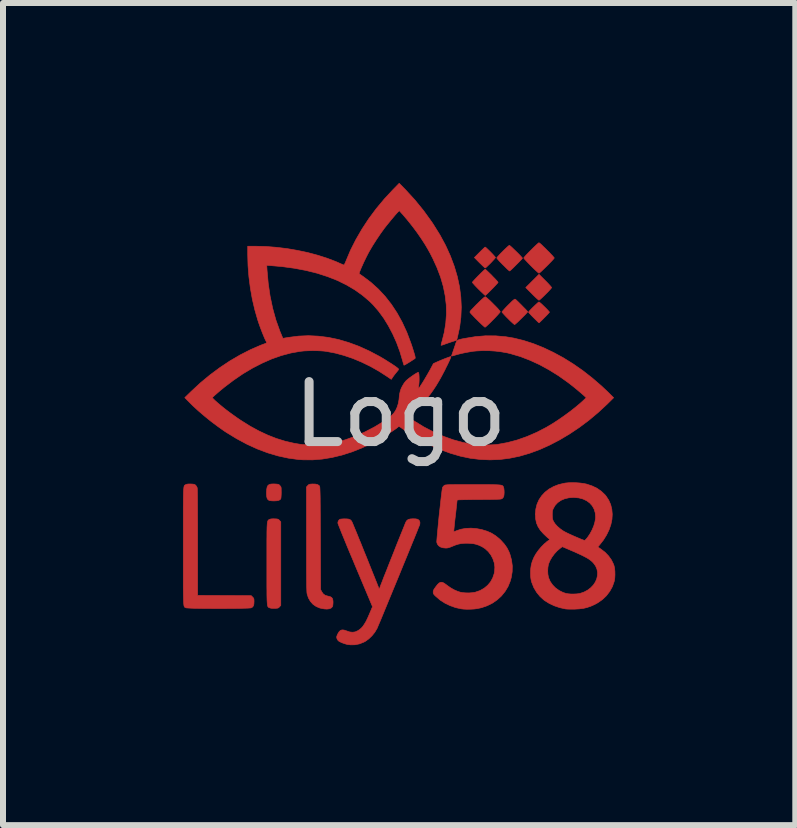
<source format=kicad_pcb>
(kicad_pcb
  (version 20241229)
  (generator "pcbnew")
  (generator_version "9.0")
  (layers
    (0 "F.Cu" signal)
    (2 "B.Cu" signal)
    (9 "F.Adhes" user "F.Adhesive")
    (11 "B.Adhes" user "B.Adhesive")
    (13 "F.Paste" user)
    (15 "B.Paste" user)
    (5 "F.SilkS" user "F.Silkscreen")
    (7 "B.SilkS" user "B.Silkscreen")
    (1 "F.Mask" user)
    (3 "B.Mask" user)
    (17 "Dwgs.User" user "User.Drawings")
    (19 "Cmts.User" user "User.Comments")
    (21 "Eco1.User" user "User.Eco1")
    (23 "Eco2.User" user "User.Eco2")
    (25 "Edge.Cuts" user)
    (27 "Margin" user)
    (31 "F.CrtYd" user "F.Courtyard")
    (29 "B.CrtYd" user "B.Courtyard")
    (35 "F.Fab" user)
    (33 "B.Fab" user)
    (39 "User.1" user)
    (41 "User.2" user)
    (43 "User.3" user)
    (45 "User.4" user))
  (footprint "Logo"
    (layer "F.Cu")
    (at 3.626 3.855)
    (property "Reference" "Logo" (at 0 0 0) (layer "Dwgs.User") (effects (font (size 1 1) (thickness 0.15))))
    (attr through_hole)
    (fp_poly (pts (xy 2.413 -2.228) (xy 2.445 -2.196) (xy 2.473 -2.166) (xy 2.495 -2.142) (xy 2.511 -2.123) (xy 2.518 -2.113) (xy 2.518 -2.112) (xy 2.513 -2.103) (xy 2.5 -2.087) (xy 2.479 -2.064) (xy 2.454 -2.037) (xy 2.426 -2.009) (xy 2.397 -1.98) (xy 2.369 -1.953) (xy 2.344 -1.93) (xy 2.324 -1.912) (xy 2.311 -1.903) (xy 2.308 -1.901) (xy 2.299 -1.906) (xy 2.283 -1.92) (xy 2.259 -1.941) (xy 2.231 -1.968) (xy 2.199 -1.999) (xy 2.192 -2.007) (xy 2.087 -2.112) (xy 2.197 -2.222) (xy 2.308 -2.333) (xy 2.413 -2.228)) (stroke (width 0.01) (type solid)) (fill yes) (layer "F.Cu"))
    (fp_poly (pts (xy 1.419 -2.782) (xy 1.435 -2.768) (xy 1.456 -2.748) (xy 1.481 -2.724) (xy 1.507 -2.698) (xy 1.532 -2.672) (xy 1.554 -2.648) (xy 1.571 -2.629) (xy 1.581 -2.616) (xy 1.582 -2.613) (xy 1.577 -2.604) (xy 1.564 -2.588) (xy 1.544 -2.566) (xy 1.521 -2.541) (xy 1.495 -2.514) (xy 1.469 -2.489) (xy 1.446 -2.467) (xy 1.427 -2.449) (xy 1.414 -2.44) (xy 1.411 -2.438) (xy 1.404 -2.443) (xy 1.388 -2.457) (xy 1.366 -2.477) (xy 1.34 -2.503) (xy 1.317 -2.525) (xy 1.231 -2.612) (xy 1.317 -2.699) (xy 1.346 -2.728) (xy 1.372 -2.753) (xy 1.392 -2.772) (xy 1.406 -2.784) (xy 1.41 -2.787) (xy 1.419 -2.782)) (stroke (width 0.01) (type solid)) (fill yes) (layer "F.Cu"))
    (fp_poly (pts (xy -2.09 1.162) (xy -2.061 1.164) (xy -2.041 1.167) (xy -2.028 1.172) (xy -2.017 1.18) (xy -2.01 1.189) (xy -2.001 1.199) (xy -1.995 1.208) (xy -1.991 1.22) (xy -1.989 1.238) (xy -1.989 1.263) (xy -1.988 1.3) (xy -1.988 1.303) (xy -1.989 1.339) (xy -1.991 1.371) (xy -1.993 1.395) (xy -1.996 1.408) (xy -1.996 1.408) (xy -2.01 1.425) (xy -2.034 1.436) (xy -2.068 1.442) (xy -2.11 1.444) (xy -2.143 1.443) (xy -2.17 1.44) (xy -2.189 1.436) (xy -2.192 1.435) (xy -2.21 1.422) (xy -2.223 1.402) (xy -2.23 1.375) (xy -2.234 1.337) (xy -2.234 1.295) (xy -2.23 1.247) (xy -2.223 1.211) (xy -2.21 1.187) (xy -2.189 1.171) (xy -2.159 1.163) (xy -2.117 1.161) (xy -2.09 1.162)) (stroke (width 0.01) (type solid)) (fill yes) (layer "F.Cu"))
    (fp_poly (pts (xy 2.316 -1.867) (xy 2.332 -1.854) (xy 2.354 -1.835) (xy 2.379 -1.811) (xy 2.406 -1.785) (xy 2.431 -1.76) (xy 2.454 -1.736) (xy 2.471 -1.717) (xy 2.481 -1.705) (xy 2.482 -1.702) (xy 2.477 -1.695) (xy 2.464 -1.68) (xy 2.445 -1.659) (xy 2.421 -1.634) (xy 2.395 -1.608) (xy 2.37 -1.582) (xy 2.346 -1.559) (xy 2.326 -1.54) (xy 2.313 -1.527) (xy 2.308 -1.524) (xy 2.302 -1.529) (xy 2.287 -1.542) (xy 2.266 -1.563) (xy 2.24 -1.588) (xy 2.219 -1.609) (xy 2.19 -1.638) (xy 2.166 -1.664) (xy 2.147 -1.684) (xy 2.136 -1.698) (xy 2.134 -1.702) (xy 2.139 -1.71) (xy 2.152 -1.726) (xy 2.172 -1.747) (xy 2.196 -1.772) (xy 2.223 -1.798) (xy 2.249 -1.823) (xy 2.273 -1.845) (xy 2.292 -1.862) (xy 2.305 -1.871) (xy 2.308 -1.872) (xy 2.316 -1.867)) (stroke (width 0.01) (type solid)) (fill yes) (layer "F.Cu"))
    (fp_poly (pts (xy 1.419 -2.412) (xy 1.435 -2.398) (xy 1.457 -2.377) (xy 1.483 -2.352) (xy 1.512 -2.324) (xy 1.54 -2.294) (xy 1.568 -2.266) (xy 1.592 -2.24) (xy 1.611 -2.219) (xy 1.623 -2.204) (xy 1.626 -2.199) (xy 1.621 -2.191) (xy 1.607 -2.175) (xy 1.587 -2.153) (xy 1.562 -2.126) (xy 1.534 -2.097) (xy 1.505 -2.068) (xy 1.477 -2.04) (xy 1.452 -2.015) (xy 1.431 -1.996) (xy 1.417 -1.984) (xy 1.412 -1.981) (xy 1.405 -1.986) (xy 1.389 -2) (xy 1.367 -2.021) (xy 1.339 -2.047) (xy 1.308 -2.078) (xy 1.301 -2.084) (xy 1.27 -2.116) (xy 1.242 -2.145) (xy 1.22 -2.17) (xy 1.204 -2.188) (xy 1.198 -2.198) (xy 1.197 -2.199) (xy 1.202 -2.207) (xy 1.216 -2.223) (xy 1.236 -2.245) (xy 1.261 -2.272) (xy 1.289 -2.301) (xy 1.318 -2.33) (xy 1.346 -2.358) (xy 1.371 -2.382) (xy 1.392 -2.402) (xy 1.406 -2.414) (xy 1.412 -2.417) (xy 1.419 -2.412)) (stroke (width 0.01) (type solid)) (fill yes) (layer "F.Cu"))
    (fp_poly (pts (xy 1.822 -2.811) (xy 1.839 -2.797) (xy 1.861 -2.777) (xy 1.887 -2.752) (xy 1.916 -2.724) (xy 1.946 -2.695) (xy 1.974 -2.667) (xy 1.998 -2.642) (xy 2.017 -2.621) (xy 2.029 -2.607) (xy 2.032 -2.602) (xy 2.027 -2.594) (xy 2.014 -2.579) (xy 1.993 -2.557) (xy 1.968 -2.531) (xy 1.94 -2.503) (xy 1.911 -2.474) (xy 1.883 -2.446) (xy 1.858 -2.422) (xy 1.837 -2.403) (xy 1.823 -2.391) (xy 1.818 -2.388) (xy 1.811 -2.393) (xy 1.795 -2.406) (xy 1.772 -2.427) (xy 1.745 -2.454) (xy 1.714 -2.485) (xy 1.707 -2.491) (xy 1.676 -2.523) (xy 1.648 -2.552) (xy 1.626 -2.577) (xy 1.611 -2.595) (xy 1.604 -2.605) (xy 1.604 -2.606) (xy 1.609 -2.614) (xy 1.623 -2.631) (xy 1.643 -2.653) (xy 1.668 -2.68) (xy 1.696 -2.708) (xy 1.725 -2.737) (xy 1.753 -2.764) (xy 1.778 -2.787) (xy 1.798 -2.805) (xy 1.811 -2.814) (xy 1.814 -2.816) (xy 1.822 -2.811)) (stroke (width 0.01) (type solid)) (fill yes) (layer "F.Cu"))
    (fp_poly (pts (xy 1.913 -1.917) (xy 1.923 -1.91) (xy 1.94 -1.894) (xy 1.963 -1.872) (xy 1.989 -1.846) (xy 2.017 -1.818) (xy 2.045 -1.789) (xy 2.072 -1.762) (xy 2.094 -1.739) (xy 2.11 -1.721) (xy 2.118 -1.71) (xy 2.119 -1.708) (xy 2.114 -1.701) (xy 2.1 -1.685) (xy 2.08 -1.663) (xy 2.054 -1.637) (xy 2.026 -1.609) (xy 1.996 -1.58) (xy 1.968 -1.552) (xy 1.942 -1.528) (xy 1.921 -1.51) (xy 1.907 -1.498) (xy 1.901 -1.495) (xy 1.893 -1.5) (xy 1.876 -1.514) (xy 1.853 -1.535) (xy 1.825 -1.561) (xy 1.794 -1.592) (xy 1.791 -1.595) (xy 1.76 -1.626) (xy 1.733 -1.655) (xy 1.711 -1.679) (xy 1.697 -1.696) (xy 1.691 -1.705) (xy 1.691 -1.706) (xy 1.696 -1.714) (xy 1.71 -1.73) (xy 1.731 -1.754) (xy 1.757 -1.782) (xy 1.788 -1.814) (xy 1.795 -1.821) (xy 1.831 -1.856) (xy 1.858 -1.883) (xy 1.878 -1.901) (xy 1.893 -1.912) (xy 1.903 -1.918) (xy 1.91 -1.918) (xy 1.913 -1.917)) (stroke (width 0.01) (type solid)) (fill yes) (layer "F.Cu"))
    (fp_poly (pts (xy 1.421 -1.954) (xy 1.439 -1.94) (xy 1.463 -1.919) (xy 1.492 -1.893) (xy 1.522 -1.863) (xy 1.554 -1.831) (xy 1.585 -1.8) (xy 1.613 -1.771) (xy 1.636 -1.745) (xy 1.653 -1.724) (xy 1.661 -1.711) (xy 1.662 -1.709) (xy 1.657 -1.7) (xy 1.643 -1.683) (xy 1.622 -1.659) (xy 1.596 -1.631) (xy 1.567 -1.6) (xy 1.535 -1.568) (xy 1.504 -1.536) (xy 1.474 -1.507) (xy 1.448 -1.483) (xy 1.427 -1.464) (xy 1.413 -1.453) (xy 1.408 -1.451) (xy 1.4 -1.456) (xy 1.384 -1.47) (xy 1.36 -1.491) (xy 1.331 -1.519) (xy 1.299 -1.55) (xy 1.28 -1.569) (xy 1.245 -1.603) (xy 1.215 -1.635) (xy 1.189 -1.662) (xy 1.17 -1.683) (xy 1.159 -1.697) (xy 1.157 -1.701) (xy 1.157 -1.707) (xy 1.163 -1.718) (xy 1.175 -1.734) (xy 1.195 -1.755) (xy 1.223 -1.784) (xy 1.259 -1.822) (xy 1.275 -1.837) (xy 1.318 -1.88) (xy 1.354 -1.914) (xy 1.382 -1.939) (xy 1.401 -1.954) (xy 1.412 -1.959) (xy 1.421 -1.954)) (stroke (width 0.01) (type solid)) (fill yes) (layer "F.Cu"))
    (fp_poly (pts (xy 2.316 -2.854) (xy 2.333 -2.841) (xy 2.356 -2.82) (xy 2.383 -2.793) (xy 2.414 -2.764) (xy 2.445 -2.732) (xy 2.477 -2.701) (xy 2.505 -2.671) (xy 2.53 -2.645) (xy 2.548 -2.624) (xy 2.56 -2.61) (xy 2.562 -2.605) (xy 2.557 -2.597) (xy 2.543 -2.58) (xy 2.522 -2.557) (xy 2.496 -2.53) (xy 2.466 -2.499) (xy 2.435 -2.468) (xy 2.403 -2.437) (xy 2.373 -2.408) (xy 2.347 -2.383) (xy 2.326 -2.365) (xy 2.312 -2.354) (xy 2.308 -2.351) (xy 2.3 -2.356) (xy 2.283 -2.37) (xy 2.259 -2.392) (xy 2.23 -2.419) (xy 2.197 -2.451) (xy 2.175 -2.473) (xy 2.141 -2.508) (xy 2.111 -2.539) (xy 2.085 -2.567) (xy 2.066 -2.588) (xy 2.056 -2.602) (xy 2.054 -2.605) (xy 2.059 -2.614) (xy 2.073 -2.63) (xy 2.093 -2.653) (xy 2.12 -2.681) (xy 2.149 -2.711) (xy 2.181 -2.743) (xy 2.212 -2.774) (xy 2.242 -2.803) (xy 2.268 -2.827) (xy 2.289 -2.846) (xy 2.303 -2.857) (xy 2.308 -2.859) (xy 2.316 -2.854)) (stroke (width 0.01) (type solid)) (fill yes) (layer "F.Cu"))
    (fp_poly (pts (xy -2.099 1.743) (xy -2.069 1.744) (xy -2.049 1.747) (xy -2.036 1.752) (xy -2.026 1.76) (xy -2.017 1.769) (xy -1.996 1.793) (xy -1.996 3.186) (xy -2.017 3.209) (xy -2.028 3.221) (xy -2.039 3.228) (xy -2.053 3.232) (xy -2.075 3.234) (xy -2.099 3.235) (xy -2.141 3.235) (xy -2.172 3.23) (xy -2.183 3.226) (xy -2.19 3.223) (xy -2.197 3.22) (xy -2.203 3.216) (xy -2.208 3.21) (xy -2.212 3.203) (xy -2.216 3.191) (xy -2.219 3.176) (xy -2.221 3.155) (xy -2.223 3.128) (xy -2.225 3.095) (xy -2.226 3.054) (xy -2.227 3.004) (xy -2.227 2.945) (xy -2.228 2.876) (xy -2.228 2.796) (xy -2.228 2.703) (xy -2.228 2.598) (xy -2.228 2.489) (xy -2.228 2.372) (xy -2.228 2.268) (xy -2.228 2.176) (xy -2.228 2.097) (xy -2.227 2.029) (xy -2.227 1.971) (xy -2.226 1.922) (xy -2.225 1.882) (xy -2.223 1.849) (xy -2.221 1.823) (xy -2.218 1.803) (xy -2.215 1.788) (xy -2.212 1.777) (xy -2.207 1.769) (xy -2.203 1.763) (xy -2.197 1.759) (xy -2.19 1.756) (xy -2.184 1.752) (xy -2.167 1.746) (xy -2.144 1.743) (xy -2.113 1.742) (xy -2.099 1.743)) (stroke (width 0.01) (type solid)) (fill yes) (layer "F.Cu"))
    (fp_poly (pts (xy -1.422 1.163) (xy -1.386 1.17) (xy -1.361 1.185) (xy -1.351 1.196) (xy -1.349 1.2) (xy -1.348 1.205) (xy -1.346 1.213) (xy -1.345 1.224) (xy -1.344 1.239) (xy -1.343 1.259) (xy -1.342 1.285) (xy -1.341 1.317) (xy -1.34 1.357) (xy -1.339 1.404) (xy -1.339 1.46) (xy -1.338 1.526) (xy -1.338 1.602) (xy -1.337 1.689) (xy -1.337 1.789) (xy -1.336 1.9) (xy -1.335 2.026) (xy -1.335 2.068) (xy -1.332 2.921) (xy -1.314 2.957) (xy -1.289 2.993) (xy -1.257 3.017) (xy -1.217 3.029) (xy -1.214 3.03) (xy -1.175 3.039) (xy -1.149 3.053) (xy -1.134 3.073) (xy -1.128 3.095) (xy -1.125 3.126) (xy -1.126 3.158) (xy -1.129 3.188) (xy -1.135 3.207) (xy -1.155 3.228) (xy -1.185 3.242) (xy -1.227 3.247) (xy -1.274 3.244) (xy -1.344 3.23) (xy -1.406 3.204) (xy -1.459 3.167) (xy -1.502 3.119) (xy -1.535 3.062) (xy -1.557 2.996) (xy -1.558 2.987) (xy -1.56 2.975) (xy -1.561 2.96) (xy -1.562 2.94) (xy -1.563 2.914) (xy -1.564 2.882) (xy -1.565 2.844) (xy -1.565 2.797) (xy -1.566 2.743) (xy -1.566 2.679) (xy -1.567 2.605) (xy -1.567 2.52) (xy -1.567 2.424) (xy -1.567 2.315) (xy -1.567 2.193) (xy -1.567 2.081) (xy -1.568 1.212) (xy -1.547 1.189) (xy -1.535 1.176) (xy -1.523 1.169) (xy -1.507 1.165) (xy -1.482 1.163) (xy -1.471 1.162) (xy -1.422 1.163)) (stroke (width 0.01) (type solid)) (fill yes) (layer "F.Cu"))
    (fp_poly (pts (xy -3.494 1.162) (xy -3.463 1.164) (xy -3.442 1.167) (xy -3.428 1.173) (xy -3.416 1.181) (xy -3.415 1.182) (xy -3.4 1.202) (xy -3.389 1.225) (xy -3.389 1.226) (xy -3.388 1.237) (xy -3.387 1.263) (xy -3.386 1.303) (xy -3.385 1.356) (xy -3.384 1.422) (xy -3.384 1.501) (xy -3.383 1.593) (xy -3.383 1.697) (xy -3.382 1.812) (xy -3.382 1.94) (xy -3.382 2.078) (xy -3.382 2.135) (xy -3.382 3.019) (xy -2.936 3.021) (xy -2.489 3.023) (xy -2.466 3.046) (xy -2.453 3.06) (xy -2.446 3.072) (xy -2.443 3.087) (xy -2.442 3.111) (xy -2.442 3.123) (xy -2.444 3.163) (xy -2.451 3.191) (xy -2.465 3.211) (xy -2.485 3.225) (xy -2.486 3.225) (xy -2.498 3.228) (xy -2.523 3.23) (xy -2.56 3.232) (xy -2.607 3.233) (xy -2.663 3.235) (xy -2.726 3.236) (xy -2.794 3.237) (xy -2.868 3.237) (xy -2.944 3.238) (xy -3.022 3.238) (xy -3.1 3.238) (xy -3.177 3.237) (xy -3.252 3.237) (xy -3.322 3.236) (xy -3.387 3.235) (xy -3.444 3.234) (xy -3.494 3.232) (xy -3.533 3.23) (xy -3.562 3.228) (xy -3.577 3.226) (xy -3.579 3.225) (xy -3.585 3.222) (xy -3.591 3.22) (xy -3.595 3.217) (xy -3.6 3.213) (xy -3.603 3.208) (xy -3.607 3.199) (xy -3.61 3.188) (xy -3.612 3.173) (xy -3.614 3.153) (xy -3.616 3.127) (xy -3.617 3.096) (xy -3.618 3.057) (xy -3.619 3.011) (xy -3.62 2.957) (xy -3.621 2.894) (xy -3.621 2.821) (xy -3.621 2.738) (xy -3.621 2.643) (xy -3.621 2.536) (xy -3.621 2.417) (xy -3.621 2.285) (xy -3.621 2.199) (xy -3.621 2.058) (xy -3.621 1.931) (xy -3.621 1.817) (xy -3.621 1.715) (xy -3.621 1.625) (xy -3.621 1.546) (xy -3.62 1.477) (xy -3.62 1.417) (xy -3.619 1.366) (xy -3.618 1.323) (xy -3.617 1.288) (xy -3.615 1.259) (xy -3.613 1.236) (xy -3.611 1.218) (xy -3.608 1.204) (xy -3.605 1.194) (xy -3.601 1.187) (xy -3.597 1.182) (xy -3.592 1.179) (xy -3.587 1.176) (xy -3.581 1.174) (xy -3.577 1.171) (xy -3.559 1.165) (xy -3.535 1.162) (xy -3.502 1.162) (xy -3.494 1.162)) (stroke (width 0.01) (type solid)) (fill yes) (layer "F.Cu"))
    (fp_poly (pts (xy 0.249 1.743) (xy 0.278 1.748) (xy 0.29 1.752) (xy 0.312 1.771) (xy 0.323 1.798) (xy 0.322 1.83) (xy 0.321 1.834) (xy 0.318 1.844) (xy 0.309 1.866) (xy 0.295 1.9) (xy 0.278 1.944) (xy 0.256 1.998) (xy 0.231 2.06) (xy 0.202 2.13) (xy 0.171 2.206) (xy 0.138 2.287) (xy 0.103 2.373) (xy 0.066 2.463) (xy 0.028 2.555) (xy -0.01 2.649) (xy -0.049 2.744) (xy -0.088 2.838) (xy -0.126 2.93) (xy -0.163 3.02) (xy -0.199 3.107) (xy -0.233 3.19) (xy -0.265 3.267) (xy -0.294 3.338) (xy -0.32 3.401) (xy -0.343 3.456) (xy -0.363 3.502) (xy -0.378 3.538) (xy -0.388 3.562) (xy -0.393 3.574) (xy -0.394 3.574) (xy -0.43 3.635) (xy -0.476 3.692) (xy -0.528 3.742) (xy -0.584 3.783) (xy -0.612 3.798) (xy -0.685 3.827) (xy -0.76 3.842) (xy -0.835 3.843) (xy -0.89 3.836) (xy -0.932 3.824) (xy -0.974 3.809) (xy -1.011 3.792) (xy -1.032 3.779) (xy -1.048 3.762) (xy -1.06 3.739) (xy -1.06 3.737) (xy -1.064 3.721) (xy -1.064 3.707) (xy -1.059 3.691) (xy -1.049 3.668) (xy -1.046 3.661) (xy -1.025 3.626) (xy -1.002 3.603) (xy -0.975 3.594) (xy -0.943 3.596) (xy -0.903 3.609) (xy -0.901 3.61) (xy -0.848 3.628) (xy -0.8 3.633) (xy -0.755 3.627) (xy -0.711 3.607) (xy -0.683 3.589) (xy -0.654 3.564) (xy -0.627 3.534) (xy -0.601 3.495) (xy -0.573 3.448) (xy -0.545 3.389) (xy -0.519 3.33) (xy -0.467 3.207) (xy -0.756 2.52) (xy -0.805 2.402) (xy -0.851 2.294) (xy -0.892 2.195) (xy -0.928 2.107) (xy -0.96 2.029) (xy -0.987 1.963) (xy -1.009 1.907) (xy -1.026 1.864) (xy -1.038 1.833) (xy -1.044 1.815) (xy -1.045 1.81) (xy -1.039 1.783) (xy -1.028 1.766) (xy -1.019 1.756) (xy -1.009 1.75) (xy -0.996 1.747) (xy -0.975 1.745) (xy -0.944 1.743) (xy -0.939 1.743) (xy -0.894 1.744) (xy -0.862 1.748) (xy -0.838 1.758) (xy -0.82 1.775) (xy -0.81 1.792) (xy -0.805 1.803) (xy -0.795 1.826) (xy -0.781 1.86) (xy -0.763 1.904) (xy -0.741 1.956) (xy -0.717 2.015) (xy -0.691 2.08) (xy -0.662 2.149) (xy -0.633 2.222) (xy -0.603 2.297) (xy -0.572 2.372) (xy -0.542 2.447) (xy -0.513 2.52) (xy -0.485 2.59) (xy -0.459 2.655) (xy -0.435 2.714) (xy -0.414 2.767) (xy -0.396 2.811) (xy -0.383 2.846) (xy -0.373 2.87) (xy -0.369 2.881) (xy -0.369 2.881) (xy -0.363 2.899) (xy -0.357 2.909) (xy -0.356 2.91) (xy -0.351 2.904) (xy -0.344 2.888) (xy -0.342 2.881) (xy -0.338 2.87) (xy -0.329 2.846) (xy -0.315 2.811) (xy -0.298 2.767) (xy -0.278 2.714) (xy -0.254 2.655) (xy -0.228 2.59) (xy -0.201 2.52) (xy -0.172 2.447) (xy -0.142 2.372) (xy -0.112 2.297) (xy -0.083 2.222) (xy -0.054 2.149) (xy -0.026 2.08) (xy 0.000123 2.015) (xy 0.024 1.956) (xy 0.045 1.904) (xy 0.063 1.86) (xy 0.076 1.826) (xy 0.086 1.803) (xy 0.091 1.792) (xy 0.091 1.792) (xy 0.107 1.769) (xy 0.13 1.753) (xy 0.162 1.745) (xy 0.204 1.742) (xy 0.209 1.742) (xy 0.249 1.743)) (stroke (width 0.01) (type solid)) (fill yes) (layer "F.Cu"))
    (fp_poly (pts (xy 1.301 1.172) (xy 1.384 1.172) (xy 1.455 1.172) (xy 1.514 1.173) (xy 1.563 1.174) (xy 1.603 1.175) (xy 1.635 1.177) (xy 1.659 1.179) (xy 1.678 1.182) (xy 1.691 1.186) (xy 1.701 1.191) (xy 1.707 1.197) (xy 1.712 1.204) (xy 1.715 1.212) (xy 1.717 1.217) (xy 1.723 1.239) (xy 1.726 1.271) (xy 1.727 1.306) (xy 1.725 1.339) (xy 1.721 1.366) (xy 1.719 1.37) (xy 1.708 1.391) (xy 1.692 1.406) (xy 1.687 1.409) (xy 1.68 1.411) (xy 1.67 1.413) (xy 1.656 1.415) (xy 1.637 1.416) (xy 1.611 1.417) (xy 1.577 1.418) (xy 1.534 1.419) (xy 1.48 1.42) (xy 1.415 1.42) (xy 1.337 1.421) (xy 1.308 1.421) (xy 1.237 1.421) (xy 1.17 1.422) (xy 1.11 1.423) (xy 1.056 1.424) (xy 1.012 1.425) (xy 0.977 1.426) (xy 0.954 1.428) (xy 0.944 1.429) (xy 0.943 1.429) (xy 0.943 1.438) (xy 0.94 1.459) (xy 0.937 1.491) (xy 0.932 1.533) (xy 0.927 1.582) (xy 0.921 1.638) (xy 0.914 1.695) (xy 0.907 1.754) (xy 0.901 1.809) (xy 0.896 1.858) (xy 0.892 1.899) (xy 0.889 1.93) (xy 0.888 1.95) (xy 0.888 1.957) (xy 0.895 1.956) (xy 0.912 1.95) (xy 0.93 1.942) (xy 1.004 1.917) (xy 1.087 1.902) (xy 1.174 1.898) (xy 1.264 1.905) (xy 1.354 1.922) (xy 1.442 1.949) (xy 1.447 1.951) (xy 1.518 1.983) (xy 1.581 2.022) (xy 1.641 2.07) (xy 1.673 2.1) (xy 1.729 2.162) (xy 1.773 2.224) (xy 1.807 2.29) (xy 1.823 2.331) (xy 1.85 2.429) (xy 1.863 2.527) (xy 1.861 2.625) (xy 1.845 2.723) (xy 1.828 2.783) (xy 1.791 2.873) (xy 1.742 2.954) (xy 1.682 3.028) (xy 1.612 3.092) (xy 1.533 3.147) (xy 1.445 3.191) (xy 1.35 3.224) (xy 1.274 3.24) (xy 1.225 3.246) (xy 1.167 3.249) (xy 1.106 3.25) (xy 1.049 3.247) (xy 1.013 3.243) (xy 0.92 3.223) (xy 0.829 3.191) (xy 0.741 3.149) (xy 0.66 3.097) (xy 0.59 3.037) (xy 0.59 3.037) (xy 0.567 3.015) (xy 0.554 2.999) (xy 0.547 2.986) (xy 0.545 2.972) (xy 0.544 2.963) (xy 0.546 2.947) (xy 0.551 2.931) (xy 0.561 2.912) (xy 0.579 2.887) (xy 0.588 2.874) (xy 0.617 2.837) (xy 0.642 2.813) (xy 0.666 2.801) (xy 0.691 2.8) (xy 0.719 2.811) (xy 0.752 2.833) (xy 0.781 2.855) (xy 0.832 2.891) (xy 0.891 2.925) (xy 0.951 2.951) (xy 0.994 2.965) (xy 1.037 2.973) (xy 1.088 2.977) (xy 1.142 2.978) (xy 1.194 2.974) (xy 1.239 2.967) (xy 1.248 2.965) (xy 1.326 2.938) (xy 1.394 2.899) (xy 1.452 2.851) (xy 1.5 2.794) (xy 1.536 2.729) (xy 1.561 2.656) (xy 1.568 2.617) (xy 1.572 2.546) (xy 1.562 2.476) (xy 1.539 2.408) (xy 1.506 2.345) (xy 1.462 2.288) (xy 1.408 2.239) (xy 1.358 2.207) (xy 1.309 2.184) (xy 1.263 2.168) (xy 1.215 2.157) (xy 1.159 2.152) (xy 1.132 2.15) (xy 1.07 2.15) (xy 1.016 2.154) (xy 0.966 2.164) (xy 0.914 2.18) (xy 0.865 2.2) (xy 0.828 2.215) (xy 0.8 2.224) (xy 0.776 2.229) (xy 0.751 2.23) (xy 0.705 2.225) (xy 0.665 2.212) (xy 0.633 2.19) (xy 0.613 2.161) (xy 0.604 2.132) (xy 0.604 2.118) (xy 0.606 2.091) (xy 0.609 2.053) (xy 0.613 2.006) (xy 0.618 1.95) (xy 0.624 1.889) (xy 0.63 1.823) (xy 0.637 1.753) (xy 0.644 1.682) (xy 0.652 1.611) (xy 0.66 1.541) (xy 0.667 1.474) (xy 0.674 1.411) (xy 0.681 1.355) (xy 0.687 1.306) (xy 0.692 1.266) (xy 0.697 1.238) (xy 0.7 1.221) (xy 0.701 1.218) (xy 0.715 1.199) (xy 0.731 1.185) (xy 0.736 1.182) (xy 0.742 1.18) (xy 0.752 1.178) (xy 0.765 1.177) (xy 0.783 1.175) (xy 0.807 1.174) (xy 0.839 1.173) (xy 0.879 1.173) (xy 0.928 1.172) (xy 0.988 1.172) (xy 1.059 1.172) (xy 1.143 1.172) (xy 1.204 1.172) (xy 1.301 1.172)) (stroke (width 0.01) (type solid)) (fill yes) (layer "F.Cu"))
    (fp_poly (pts (xy 2.929 1.141) (xy 2.994 1.146) (xy 3.053 1.154) (xy 3.099 1.163) (xy 3.192 1.194) (xy 3.274 1.233) (xy 3.346 1.283) (xy 3.408 1.342) (xy 3.426 1.364) (xy 3.471 1.433) (xy 3.503 1.506) (xy 3.522 1.585) (xy 3.529 1.667) (xy 3.524 1.752) (xy 3.506 1.838) (xy 3.476 1.925) (xy 3.434 2.012) (xy 3.381 2.097) (xy 3.327 2.166) (xy 3.289 2.212) (xy 3.34 2.247) (xy 3.41 2.301) (xy 3.468 2.362) (xy 3.515 2.428) (xy 3.549 2.497) (xy 3.558 2.522) (xy 3.568 2.566) (xy 3.573 2.619) (xy 3.574 2.676) (xy 3.571 2.731) (xy 3.563 2.779) (xy 3.561 2.787) (xy 3.531 2.873) (xy 3.487 2.952) (xy 3.432 3.024) (xy 3.366 3.087) (xy 3.288 3.142) (xy 3.235 3.171) (xy 3.17 3.2) (xy 3.108 3.221) (xy 3.045 3.236) (xy 2.975 3.244) (xy 2.903 3.248) (xy 2.86 3.248) (xy 2.818 3.248) (xy 2.782 3.247) (xy 2.754 3.245) (xy 2.747 3.244) (xy 2.653 3.223) (xy 2.562 3.192) (xy 2.477 3.152) (xy 2.402 3.105) (xy 2.391 3.097) (xy 2.325 3.037) (xy 2.268 2.967) (xy 2.222 2.89) (xy 2.189 2.807) (xy 2.183 2.79) (xy 2.176 2.758) (xy 2.171 2.727) (xy 2.168 2.691) (xy 2.167 2.646) (xy 2.167 2.642) (xy 2.168 2.611) (xy 2.453 2.611) (xy 2.456 2.666) (xy 2.465 2.714) (xy 2.467 2.723) (xy 2.494 2.786) (xy 2.534 2.844) (xy 2.584 2.895) (xy 2.643 2.937) (xy 2.709 2.97) (xy 2.758 2.986) (xy 2.794 2.992) (xy 2.839 2.996) (xy 2.888 2.996) (xy 2.936 2.994) (xy 2.977 2.989) (xy 2.992 2.986) (xy 3.059 2.963) (xy 3.119 2.931) (xy 3.171 2.891) (xy 3.214 2.846) (xy 3.247 2.796) (xy 3.27 2.743) (xy 3.282 2.689) (xy 3.284 2.633) (xy 3.273 2.579) (xy 3.25 2.526) (xy 3.214 2.478) (xy 3.193 2.456) (xy 3.169 2.436) (xy 3.142 2.416) (xy 3.11 2.396) (xy 3.071 2.375) (xy 3.024 2.351) (xy 2.968 2.325) (xy 2.9 2.294) (xy 2.846 2.271) (xy 2.697 2.207) (xy 2.663 2.232) (xy 2.612 2.275) (xy 2.564 2.327) (xy 2.523 2.383) (xy 2.49 2.44) (xy 2.467 2.496) (xy 2.464 2.507) (xy 2.456 2.556) (xy 2.453 2.611) (xy 2.168 2.611) (xy 2.17 2.572) (xy 2.179 2.511) (xy 2.195 2.453) (xy 2.221 2.391) (xy 2.225 2.382) (xy 2.256 2.327) (xy 2.297 2.269) (xy 2.344 2.213) (xy 2.394 2.162) (xy 2.444 2.119) (xy 2.463 2.106) (xy 2.491 2.087) (xy 2.467 2.069) (xy 2.452 2.057) (xy 2.43 2.037) (xy 2.404 2.012) (xy 2.38 1.989) (xy 2.329 1.931) (xy 2.292 1.873) (xy 2.266 1.812) (xy 2.252 1.745) (xy 2.248 1.676) (xy 2.529 1.676) (xy 2.53 1.711) (xy 2.532 1.736) (xy 2.537 1.756) (xy 2.545 1.776) (xy 2.551 1.788) (xy 2.576 1.826) (xy 2.612 1.866) (xy 2.656 1.905) (xy 2.705 1.94) (xy 2.725 1.952) (xy 2.749 1.965) (xy 2.781 1.981) (xy 2.819 1.999) (xy 2.861 2.018) (xy 2.904 2.037) (xy 2.946 2.055) (xy 2.986 2.072) (xy 3.02 2.086) (xy 3.047 2.096) (xy 3.064 2.102) (xy 3.069 2.103) (xy 3.078 2.096) (xy 3.093 2.081) (xy 3.111 2.06) (xy 3.119 2.05) (xy 3.158 1.992) (xy 3.192 1.929) (xy 3.22 1.863) (xy 3.239 1.799) (xy 3.25 1.739) (xy 3.251 1.71) (xy 3.245 1.642) (xy 3.226 1.58) (xy 3.195 1.525) (xy 3.154 1.479) (xy 3.102 1.441) (xy 3.041 1.412) (xy 2.972 1.394) (xy 2.895 1.387) (xy 2.881 1.386) (xy 2.804 1.392) (xy 2.734 1.409) (xy 2.673 1.435) (xy 2.62 1.472) (xy 2.577 1.518) (xy 2.549 1.566) (xy 2.539 1.588) (xy 2.533 1.609) (xy 2.53 1.632) (xy 2.529 1.663) (xy 2.529 1.676) (xy 2.248 1.676) (xy 2.247 1.67) (xy 2.247 1.666) (xy 2.255 1.58) (xy 2.275 1.499) (xy 2.308 1.425) (xy 2.353 1.358) (xy 2.408 1.299) (xy 2.474 1.247) (xy 2.55 1.205) (xy 2.634 1.172) (xy 2.727 1.15) (xy 2.75 1.146) (xy 2.803 1.141) (xy 2.864 1.14) (xy 2.929 1.141)) (stroke (width 0.01) (type solid)) (fill yes) (layer "F.Cu"))
    (fp_poly (pts (xy 0.078 -3.748) (xy 0.237 -3.575) (xy 0.386 -3.392) (xy 0.525 -3.199) (xy 0.548 -3.164) (xy 0.657 -2.989) (xy 0.751 -2.815) (xy 0.83 -2.641) (xy 0.895 -2.468) (xy 0.946 -2.296) (xy 0.983 -2.125) (xy 1.005 -1.955) (xy 1.013 -1.786) (xy 1.006 -1.618) (xy 0.985 -1.451) (xy 0.949 -1.285) (xy 0.944 -1.265) (xy 0.936 -1.234) (xy 0.864 -1.212) (xy 0.826 -1.199) (xy 0.785 -1.185) (xy 0.748 -1.172) (xy 0.737 -1.168) (xy 0.71 -1.158) (xy 0.69 -1.152) (xy 0.678 -1.15) (xy 0.676 -1.15) (xy 0.677 -1.158) (xy 0.681 -1.177) (xy 0.687 -1.203) (xy 0.692 -1.217) (xy 0.73 -1.369) (xy 0.754 -1.52) (xy 0.765 -1.671) (xy 0.762 -1.823) (xy 0.744 -1.976) (xy 0.713 -2.13) (xy 0.668 -2.285) (xy 0.608 -2.443) (xy 0.535 -2.603) (xy 0.533 -2.606) (xy 0.494 -2.683) (xy 0.456 -2.751) (xy 0.418 -2.816) (xy 0.375 -2.884) (xy 0.346 -2.928) (xy 0.277 -3.028) (xy 0.201 -3.13) (xy 0.122 -3.229) (xy 0.044 -3.322) (xy 0.013 -3.356) (xy -0.02 -3.393) (xy -0.036 -3.378) (xy -0.05 -3.364) (xy -0.072 -3.34) (xy -0.099 -3.309) (xy -0.129 -3.273) (xy -0.162 -3.234) (xy -0.195 -3.193) (xy -0.227 -3.154) (xy -0.256 -3.117) (xy -0.263 -3.109) (xy -0.331 -3.015) (xy -0.4 -2.913) (xy -0.465 -2.811) (xy -0.522 -2.714) (xy -0.544 -2.673) (xy -0.567 -2.628) (xy -0.59 -2.581) (xy -0.613 -2.534) (xy -0.634 -2.487) (xy -0.653 -2.445) (xy -0.669 -2.407) (xy -0.681 -2.376) (xy -0.688 -2.354) (xy -0.69 -2.343) (xy -0.689 -2.342) (xy -0.682 -2.337) (xy -0.666 -2.326) (xy -0.643 -2.31) (xy -0.624 -2.297) (xy -0.493 -2.198) (xy -0.37 -2.087) (xy -0.257 -1.966) (xy -0.153 -1.833) (xy -0.058 -1.689) (xy 0.028 -1.533) (xy 0.105 -1.366) (xy 0.172 -1.188) (xy 0.189 -1.139) (xy 0.203 -1.096) (xy 0.216 -1.054) (xy 0.227 -1.017) (xy 0.236 -0.988) (xy 0.24 -0.973) (xy 0.244 -0.95) (xy 0.245 -0.937) (xy 0.241 -0.929) (xy 0.236 -0.926) (xy 0.226 -0.919) (xy 0.205 -0.906) (xy 0.179 -0.889) (xy 0.148 -0.869) (xy 0.143 -0.866) (xy 0.112 -0.847) (xy 0.087 -0.832) (xy 0.068 -0.822) (xy 0.058 -0.818) (xy 0.057 -0.819) (xy 0.054 -0.828) (xy 0.048 -0.847) (xy 0.04 -0.873) (xy 0.037 -0.885) (xy -0.01 -1.043) (xy -0.066 -1.195) (xy -0.131 -1.34) (xy -0.203 -1.476) (xy -0.281 -1.603) (xy -0.367 -1.72) (xy -0.457 -1.824) (xy -0.513 -1.88) (xy -0.632 -1.981) (xy -0.762 -2.074) (xy -0.903 -2.157) (xy -1.054 -2.231) (xy -1.217 -2.295) (xy -1.39 -2.351) (xy -1.575 -2.397) (xy -1.771 -2.434) (xy -1.978 -2.462) (xy -2.165 -2.478) (xy -2.23 -2.483) (xy -2.225 -2.401) (xy -2.205 -2.18) (xy -2.174 -1.969) (xy -2.131 -1.765) (xy -2.077 -1.57) (xy -2.01 -1.383) (xy -1.975 -1.299) (xy -1.961 -1.266) (xy -1.864 -1.282) (xy -1.699 -1.303) (xy -1.534 -1.31) (xy -1.368 -1.302) (xy -1.201 -1.281) (xy -1.034 -1.246) (xy -0.865 -1.196) (xy -0.694 -1.133) (xy -0.522 -1.055) (xy -0.348 -0.963) (xy -0.333 -0.954) (xy -0.29 -0.929) (xy -0.246 -0.902) (xy -0.201 -0.873) (xy -0.157 -0.846) (xy -0.118 -0.82) (xy -0.084 -0.797) (xy -0.059 -0.778) (xy -0.043 -0.765) (xy -0.041 -0.763) (xy -0.034 -0.755) (xy -0.033 -0.747) (xy -0.038 -0.737) (xy -0.05 -0.722) (xy -0.063 -0.706) (xy -0.086 -0.678) (xy -0.11 -0.647) (xy -0.127 -0.623) (xy -0.154 -0.582) (xy -0.221 -0.628) (xy -0.359 -0.717) (xy -0.502 -0.798) (xy -0.648 -0.869) (xy -0.796 -0.931) (xy -0.944 -0.981) (xy -1.089 -1.02) (xy -1.231 -1.047) (xy -1.274 -1.053) (xy -1.33 -1.057) (xy -1.396 -1.06) (xy -1.467 -1.061) (xy -1.538 -1.059) (xy -1.606 -1.056) (xy -1.664 -1.05) (xy -1.673 -1.049) (xy -1.829 -1.021) (xy -1.986 -0.979) (xy -2.146 -0.923) (xy -2.305 -0.853) (xy -2.465 -0.771) (xy -2.625 -0.676) (xy -2.783 -0.568) (xy -2.94 -0.449) (xy -2.954 -0.437) (xy -2.99 -0.408) (xy -3.026 -0.378) (xy -3.058 -0.35) (xy -3.084 -0.327) (xy -3.092 -0.321) (xy -3.139 -0.277) (xy -3.121 -0.258) (xy -3.093 -0.23) (xy -3.055 -0.196) (xy -3.009 -0.157) (xy -2.957 -0.114) (xy -2.9 -0.069) (xy -2.84 -0.024) (xy -2.779 0.02) (xy -2.72 0.062) (xy -2.664 0.1) (xy -2.656 0.105) (xy -2.506 0.199) (xy -2.359 0.279) (xy -2.214 0.347) (xy -2.071 0.403) (xy -1.927 0.448) (xy -1.78 0.482) (xy -1.686 0.498) (xy -1.631 0.505) (xy -1.566 0.509) (xy -1.495 0.511) (xy -1.422 0.511) (xy -1.351 0.508) (xy -1.285 0.504) (xy -1.23 0.498) (xy -1.23 0.498) (xy -1.074 0.468) (xy -0.916 0.424) (xy -0.757 0.366) (xy -0.597 0.296) (xy -0.437 0.213) (xy -0.279 0.117) (xy -0.262 0.106) (xy -0.202 0.064) (xy -0.154 0.025) (xy -0.116 -0.015) (xy -0.087 -0.055) (xy -0.082 -0.063) (xy -0.058 -0.115) (xy -0.039 -0.174) (xy -0.027 -0.235) (xy -0.025 -0.25) (xy -0.02 -0.306) (xy -0.013 -0.35) (xy -0.004 -0.388) (xy 0.008 -0.424) (xy 0.022 -0.454) (xy 0.04 -0.486) (xy 0.06 -0.519) (xy 0.081 -0.546) (xy 0.084 -0.55) (xy 0.101 -0.567) (xy 0.125 -0.587) (xy 0.154 -0.61) (xy 0.185 -0.632) (xy 0.216 -0.654) (xy 0.246 -0.673) (xy 0.271 -0.688) (xy 0.289 -0.697) (xy 0.299 -0.698) (xy 0.299 -0.698) (xy 0.303 -0.687) (xy 0.307 -0.664) (xy 0.309 -0.633) (xy 0.31 -0.597) (xy 0.31 -0.559) (xy 0.308 -0.522) (xy 0.305 -0.49) (xy 0.303 -0.477) (xy 0.293 -0.42) (xy 0.309 -0.441) (xy 0.324 -0.46) (xy 0.344 -0.491) (xy 0.368 -0.528) (xy 0.395 -0.572) (xy 0.422 -0.618) (xy 0.449 -0.664) (xy 0.474 -0.708) (xy 0.496 -0.747) (xy 0.497 -0.749) (xy 0.548 -0.845) (xy 0.619 -0.877) (xy 0.651 -0.891) (xy 0.687 -0.906) (xy 0.724 -0.921) (xy 0.76 -0.935) (xy 0.792 -0.947) (xy 0.818 -0.956) (xy 0.835 -0.961) (xy 0.84 -0.962) (xy 0.839 -0.954) (xy 0.832 -0.935) (xy 0.82 -0.906) (xy 0.803 -0.87) (xy 0.784 -0.829) (xy 0.761 -0.784) (xy 0.738 -0.736) (xy 0.713 -0.689) (xy 0.689 -0.643) (xy 0.666 -0.601) (xy 0.645 -0.564) (xy 0.641 -0.557) (xy 0.59 -0.472) (xy 0.542 -0.4) (xy 0.498 -0.338) (xy 0.456 -0.286) (xy 0.414 -0.241) (xy 0.371 -0.204) (xy 0.326 -0.172) (xy 0.277 -0.143) (xy 0.224 -0.118) (xy 0.22 -0.116) (xy 0.191 -0.103) (xy 0.172 -0.094) (xy 0.16 -0.085) (xy 0.152 -0.074) (xy 0.146 -0.058) (xy 0.145 -0.053) (xy 0.135 -0.027) (xy 0.125 -0.003) (xy 0.121 0.005) (xy 0.114 0.021) (xy 0.115 0.03) (xy 0.125 0.041) (xy 0.126 0.042) (xy 0.137 0.051) (xy 0.159 0.066) (xy 0.187 0.086) (xy 0.219 0.107) (xy 0.227 0.112) (xy 0.389 0.211) (xy 0.553 0.296) (xy 0.717 0.368) (xy 0.88 0.426) (xy 1.042 0.47) (xy 1.187 0.498) (xy 1.237 0.504) (xy 1.298 0.508) (xy 1.365 0.51) (xy 1.434 0.511) (xy 1.501 0.51) (xy 1.562 0.507) (xy 1.613 0.502) (xy 1.618 0.502) (xy 1.781 0.472) (xy 1.944 0.429) (xy 2.108 0.371) (xy 2.272 0.3) (xy 2.434 0.216) (xy 2.45 0.206) (xy 2.541 0.152) (xy 2.636 0.09) (xy 2.732 0.023) (xy 2.826 -0.046) (xy 2.915 -0.116) (xy 2.995 -0.183) (xy 3.048 -0.231) (xy 3.095 -0.276) (xy 3.059 -0.31) (xy 3.026 -0.339) (xy 2.985 -0.374) (xy 2.939 -0.413) (xy 2.89 -0.453) (xy 2.842 -0.491) (xy 2.799 -0.524) (xy 2.79 -0.531) (xy 2.634 -0.642) (xy 2.476 -0.74) (xy 2.317 -0.827) (xy 2.158 -0.9) (xy 2 -0.961) (xy 1.844 -1.007) (xy 1.781 -1.023) (xy 1.685 -1.04) (xy 1.582 -1.053) (xy 1.476 -1.06) (xy 1.371 -1.061) (xy 1.272 -1.056) (xy 1.208 -1.05) (xy 1.148 -1.04) (xy 1.083 -1.028) (xy 1.017 -1.014) (xy 0.956 -0.999) (xy 0.904 -0.984) (xy 0.901 -0.983) (xy 0.874 -0.975) (xy 0.859 -0.971) (xy 0.852 -0.972) (xy 0.851 -0.977) (xy 0.852 -0.978) (xy 0.855 -0.989) (xy 0.863 -1.011) (xy 0.873 -1.041) (xy 0.886 -1.078) (xy 0.897 -1.112) (xy 0.912 -1.155) (xy 0.922 -1.187) (xy 0.932 -1.21) (xy 0.944 -1.226) (xy 0.958 -1.237) (xy 0.979 -1.245) (xy 1.007 -1.252) (xy 1.045 -1.26) (xy 1.078 -1.266) (xy 1.249 -1.294) (xy 1.419 -1.308) (xy 1.588 -1.307) (xy 1.756 -1.292) (xy 1.887 -1.27) (xy 2.05 -1.23) (xy 2.215 -1.177) (xy 2.382 -1.11) (xy 2.548 -1.031) (xy 2.714 -0.941) (xy 2.878 -0.839) (xy 3.039 -0.727) (xy 3.196 -0.604) (xy 3.349 -0.472) (xy 3.451 -0.376) (xy 3.552 -0.276) (xy 3.44 -0.165) (xy 3.293 -0.029) (xy 3.139 0.1) (xy 2.98 0.219) (xy 2.817 0.328) (xy 2.651 0.427) (xy 2.484 0.514) (xy 2.317 0.589) (xy 2.151 0.65) (xy 2.15 0.65) (xy 1.983 0.699) (xy 1.818 0.733) (xy 1.654 0.754) (xy 1.49 0.76) (xy 1.327 0.753) (xy 1.162 0.733) (xy 0.996 0.698) (xy 0.829 0.649) (xy 0.659 0.586) (xy 0.537 0.533) (xy 0.462 0.497) (xy 0.382 0.456) (xy 0.301 0.411) (xy 0.222 0.365) (xy 0.147 0.319) (xy 0.08 0.275) (xy 0.029 0.238) (xy 0.003 0.219) (xy -0.016 0.208) (xy -0.028 0.205) (xy -0.037 0.208) (xy -0.044 0.215) (xy -0.054 0.223) (xy -0.073 0.238) (xy -0.099 0.256) (xy -0.13 0.277) (xy -0.138 0.283) (xy -0.305 0.388) (xy -0.473 0.48) (xy -0.641 0.56) (xy -0.809 0.627) (xy -0.976 0.68) (xy -1.142 0.72) (xy -1.306 0.747) (xy -1.467 0.76) (xy -1.626 0.759) (xy -1.702 0.754) (xy -1.871 0.731) (xy -2.042 0.694) (xy -2.214 0.643) (xy -2.387 0.578) (xy -2.56 0.499) (xy -2.733 0.406) (xy -2.905 0.301) (xy -2.934 0.282) (xy -3.043 0.205) (xy -3.154 0.122) (xy -3.262 0.035) (xy -3.366 -0.054) (xy -3.462 -0.142) (xy -3.512 -0.192) (xy -3.596 -0.277) (xy -3.487 -0.383) (xy -3.336 -0.523) (xy -3.178 -0.654) (xy -3.014 -0.776) (xy -2.846 -0.888) (xy -2.675 -0.988) (xy -2.503 -1.076) (xy -2.331 -1.151) (xy -2.24 -1.185) (xy -2.234 -1.189) (xy -2.233 -1.196) (xy -2.237 -1.208) (xy -2.248 -1.231) (xy -2.249 -1.232) (xy -2.264 -1.264) (xy -2.282 -1.307) (xy -2.303 -1.358) (xy -2.324 -1.413) (xy -2.345 -1.469) (xy -2.364 -1.523) (xy -2.379 -1.568) (xy -2.428 -1.738) (xy -2.47 -1.917) (xy -2.503 -2.103) (xy -2.527 -2.29) (xy -2.542 -2.477) (xy -2.547 -2.657) (xy -2.547 -2.801) (xy -2.418 -2.801) (xy -2.247 -2.797) (xy -2.071 -2.783) (xy -1.895 -2.762) (xy -1.72 -2.732) (xy -1.549 -2.696) (xy -1.384 -2.652) (xy -1.227 -2.602) (xy -1.08 -2.546) (xy -1.041 -2.529) (xy -1.008 -2.514) (xy -0.979 -2.502) (xy -0.957 -2.493) (xy -0.946 -2.488) (xy -0.945 -2.488) (xy -0.938 -2.493) (xy -0.928 -2.512) (xy -0.915 -2.541) (xy -0.908 -2.558) (xy -0.833 -2.736) (xy -0.744 -2.912) (xy -0.642 -3.088) (xy -0.529 -3.26) (xy -0.404 -3.428) (xy -0.269 -3.59) (xy -0.124 -3.746) (xy -0.122 -3.748) (xy -0.022 -3.85) (xy 0.078 -3.748)) (stroke (width 0.01) (type solid)) (fill yes) (layer "F.Cu")))
  (gr_rect
    (start -3 -3)
    (end 10.206 10.703)
    (stroke (width 0.1) (type default))
    (fill no)
    (layer "Edge.Cuts")))
</source>
